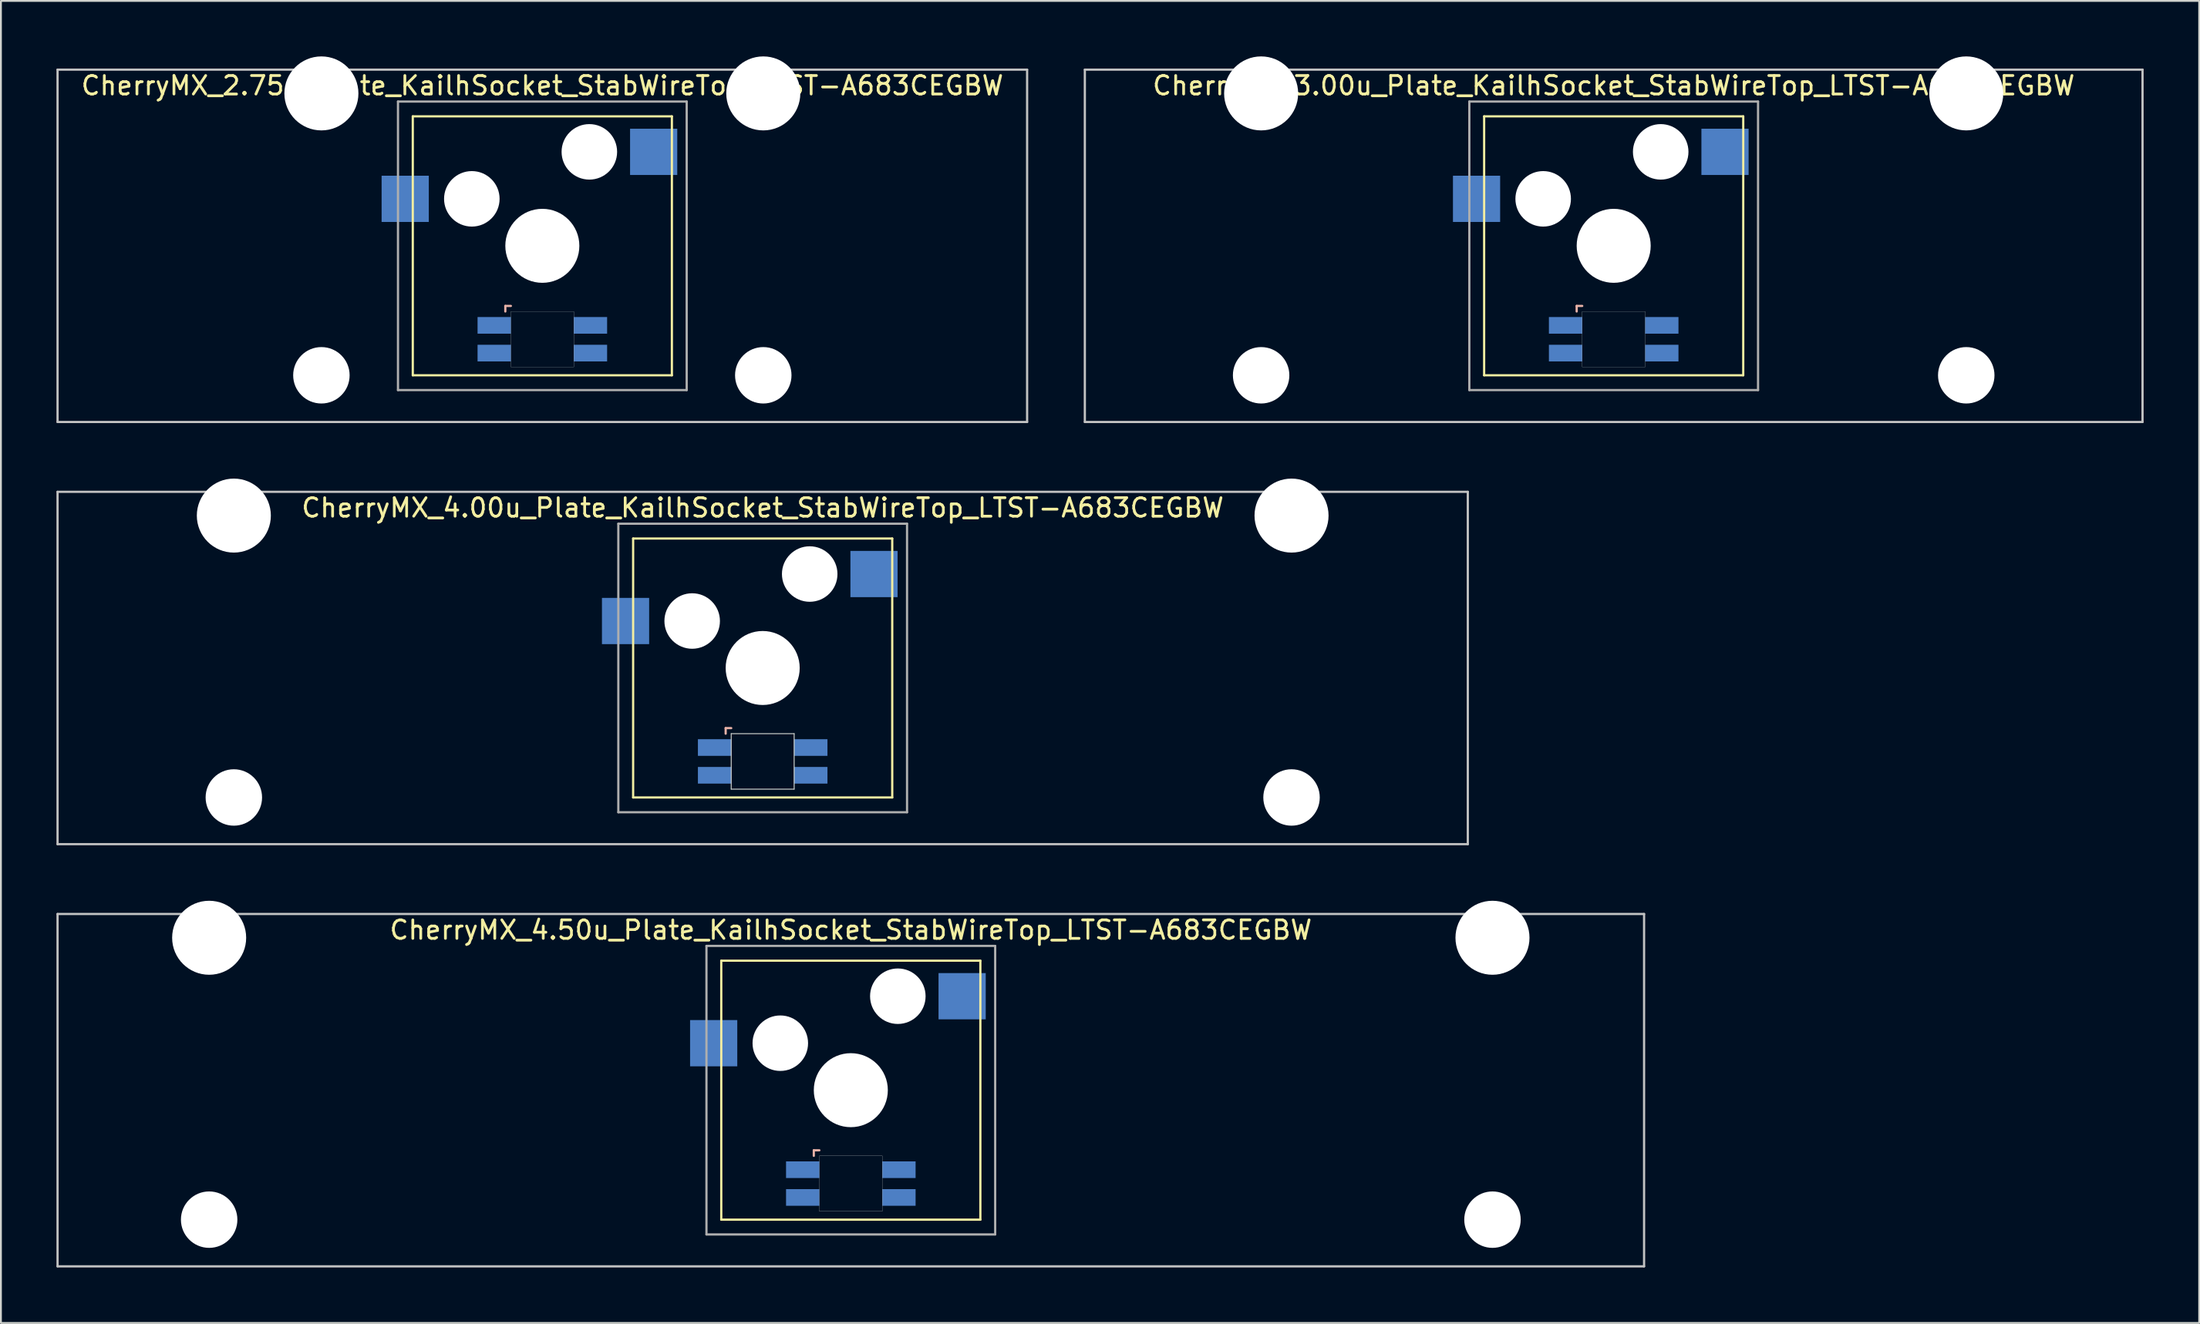
<source format=kicad_pcb>
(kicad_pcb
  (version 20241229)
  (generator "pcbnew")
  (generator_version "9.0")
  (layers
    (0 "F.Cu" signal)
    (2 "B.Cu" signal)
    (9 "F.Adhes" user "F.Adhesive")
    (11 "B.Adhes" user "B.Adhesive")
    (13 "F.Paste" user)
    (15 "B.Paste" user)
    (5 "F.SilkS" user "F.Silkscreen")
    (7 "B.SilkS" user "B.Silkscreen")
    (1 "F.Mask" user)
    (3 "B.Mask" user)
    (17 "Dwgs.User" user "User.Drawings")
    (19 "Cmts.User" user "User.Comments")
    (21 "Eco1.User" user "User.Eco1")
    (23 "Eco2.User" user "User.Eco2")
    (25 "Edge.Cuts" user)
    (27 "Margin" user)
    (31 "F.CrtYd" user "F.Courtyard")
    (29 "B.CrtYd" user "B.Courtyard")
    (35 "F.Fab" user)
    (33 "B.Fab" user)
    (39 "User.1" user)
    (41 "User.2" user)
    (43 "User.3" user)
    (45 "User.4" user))
  (footprint "CherryMX_3.00u_Plate_KailhSocket_StabWireTop_LTST-A683CEGBW"
    (layer "F.Cu")
    (at 84.142 10.24)
    (property "Reference" "CherryMX_3.00u_Plate_KailhSocket_StabWireTop_LTST-A683CEGBW" (at 0 -8.662 0) (layer "F.SilkS") (effects (font (size 1 1) (thickness 0.15))))
    (attr through_hole)
    (fp_line (start -7 -7) (end -7 7) (stroke (width 0.12) (type solid)) (layer "F.SilkS"))
    (fp_line (start -7 -7) (end 7 -7) (stroke (width 0.12) (type solid)) (layer "F.SilkS"))
    (fp_line (start 7 -7) (end 7 7) (stroke (width 0.12) (type solid)) (layer "F.SilkS"))
    (fp_line (start 7 7) (end -7 7) (stroke (width 0.12) (type solid)) (layer "F.SilkS"))
    (fp_line (start -2 3.25) (end -2 3.55) (stroke (width 0.12) (type solid)) (layer "B.SilkS"))
    (fp_line (start -1.7 3.25) (end -2 3.25) (stroke (width 0.12) (type solid)) (layer "B.SilkS"))
    (fp_line (start -28.575 -9.525) (end 28.575 -9.525) (stroke (width 0.12) (type solid)) (layer "Dwgs.User"))
    (fp_line (start -28.575 9.525) (end -28.575 -9.525) (stroke (width 0.12) (type solid)) (layer "Dwgs.User"))
    (fp_line (start 28.575 -9.525) (end 28.575 9.525) (stroke (width 0.12) (type solid)) (layer "Dwgs.User"))
    (fp_line (start 28.575 9.525) (end -28.575 9.525) (stroke (width 0.12) (type solid)) (layer "Dwgs.User"))
    (fp_poly (pts (xy 1.7 6.55) (xy -1.7 6.55) (xy -1.7 3.55) (xy 1.7 3.55)) (stroke (width 0.01) (type solid)) (fill no) (layer "Edge.Cuts"))
    (fp_line (start -7.8 -7.8) (end -7.8 7.8) (stroke (width 0.12) (type solid)) (layer "F.Fab"))
    (fp_line (start -7.8 -7.8) (end 7.8 -7.8) (stroke (width 0.12) (type solid)) (layer "F.Fab"))
    (fp_line (start -7.8 7.8) (end 7.8 7.8) (stroke (width 0.12) (type solid)) (layer "F.Fab"))
    (fp_line (start 7.8 -7.8) (end 7.8 7.8) (stroke (width 0.12) (type solid)) (layer "F.Fab"))
    (pad "" np_thru_hole circle (at -19.05 -8.24) (size 4 4) (drill 4) (layers "*.Cu" "*.Mask"))
    (pad "" np_thru_hole circle (at -19.05 7) (size 3.05 3.05) (drill 3.05) (layers "*.Cu" "*.Mask"))
    (pad "" np_thru_hole circle (at -3.81 -2.54) (size 3 3) (drill 3) (layers "*.Cu" "*.Mask"))
    (pad "" np_thru_hole circle (at 0 0) (size 4 4) (drill 4) (layers "*.Cu" "*.Mask"))
    (pad "" np_thru_hole circle (at 2.54 -5.08) (size 3 3) (drill 3) (layers "*.Cu" "*.Mask"))
    (pad "" np_thru_hole circle (at 19.05 -8.24) (size 4 4) (drill 4) (layers "*.Cu" "*.Mask"))
    (pad "" np_thru_hole circle (at 19.05 7) (size 3.05 3.05) (drill 3.05) (layers "*.Cu" "*.Mask"))
    (pad "1" smd rect (at -7.41 -2.54) (size 2.55 2.5) (layers "B.Cu" "B.Mask" "B.Paste"))
    (pad "2" smd rect (at 6.015 -5.08) (size 2.55 2.5) (layers "B.Cu" "B.Mask" "B.Paste"))
    (pad "3" smd rect (at -2.6 4.3) (size 1.8 0.9) (layers "B.Cu" "B.Mask" "B.Paste"))
    (pad "4" smd rect (at -2.6 5.8) (size 1.8 0.9) (layers "B.Cu" "B.Mask" "B.Paste"))
    (pad "5" smd rect (at 2.6 4.3) (size 1.8 0.9) (layers "B.Cu" "B.Mask" "B.Paste"))
    (pad "6" smd rect (at 2.6 5.8) (size 1.8 0.9) (layers "B.Cu" "B.Mask" "B.Paste")))
  (footprint "CherryMX_2.75u_Plate_KailhSocket_StabWireTop_LTST-A683CEGBW"
    (layer "F.Cu")
    (at 26.254 10.24)
    (property "Reference" "CherryMX_2.75u_Plate_KailhSocket_StabWireTop_LTST-A683CEGBW" (at 0 -8.662 0) (layer "F.SilkS") (effects (font (size 1 1) (thickness 0.15))))
    (attr through_hole)
    (fp_line (start -7 -7) (end -7 7) (stroke (width 0.12) (type solid)) (layer "F.SilkS"))
    (fp_line (start -7 -7) (end 7 -7) (stroke (width 0.12) (type solid)) (layer "F.SilkS"))
    (fp_line (start 7 -7) (end 7 7) (stroke (width 0.12) (type solid)) (layer "F.SilkS"))
    (fp_line (start 7 7) (end -7 7) (stroke (width 0.12) (type solid)) (layer "F.SilkS"))
    (fp_line (start -2 3.25) (end -2 3.55) (stroke (width 0.12) (type solid)) (layer "B.SilkS"))
    (fp_line (start -1.7 3.25) (end -2 3.25) (stroke (width 0.12) (type solid)) (layer "B.SilkS"))
    (fp_line (start -26.194 -9.525) (end 26.194 -9.525) (stroke (width 0.12) (type solid)) (layer "Dwgs.User"))
    (fp_line (start -26.194 9.525) (end -26.194 -9.525) (stroke (width 0.12) (type solid)) (layer "Dwgs.User"))
    (fp_line (start 26.194 -9.525) (end 26.194 9.525) (stroke (width 0.12) (type solid)) (layer "Dwgs.User"))
    (fp_line (start 26.194 9.525) (end -26.194 9.525) (stroke (width 0.12) (type solid)) (layer "Dwgs.User"))
    (fp_poly (pts (xy 1.7 6.55) (xy -1.7 6.55) (xy -1.7 3.55) (xy 1.7 3.55)) (stroke (width 0.01) (type solid)) (fill no) (layer "Edge.Cuts"))
    (fp_line (start -7.8 -7.8) (end -7.8 7.8) (stroke (width 0.12) (type solid)) (layer "F.Fab"))
    (fp_line (start -7.8 -7.8) (end 7.8 -7.8) (stroke (width 0.12) (type solid)) (layer "F.Fab"))
    (fp_line (start -7.8 7.8) (end 7.8 7.8) (stroke (width 0.12) (type solid)) (layer "F.Fab"))
    (fp_line (start 7.8 -7.8) (end 7.8 7.8) (stroke (width 0.12) (type solid)) (layer "F.Fab"))
    (pad "" np_thru_hole circle (at -11.938 -8.24) (size 4 4) (drill 4) (layers "*.Cu" "*.Mask"))
    (pad "" np_thru_hole circle (at -11.938 7) (size 3.05 3.05) (drill 3.05) (layers "*.Cu" "*.Mask"))
    (pad "" np_thru_hole circle (at -3.81 -2.54) (size 3 3) (drill 3) (layers "*.Cu" "*.Mask"))
    (pad "" np_thru_hole circle (at 0 0) (size 4 4) (drill 4) (layers "*.Cu" "*.Mask"))
    (pad "" np_thru_hole circle (at 2.54 -5.08) (size 3 3) (drill 3) (layers "*.Cu" "*.Mask"))
    (pad "" np_thru_hole circle (at 11.938 -8.24) (size 4 4) (drill 4) (layers "*.Cu" "*.Mask"))
    (pad "" np_thru_hole circle (at 11.938 7) (size 3.05 3.05) (drill 3.05) (layers "*.Cu" "*.Mask"))
    (pad "1" smd rect (at -7.41 -2.54) (size 2.55 2.5) (layers "B.Cu" "B.Mask" "B.Paste"))
    (pad "2" smd rect (at 6.015 -5.08) (size 2.55 2.5) (layers "B.Cu" "B.Mask" "B.Paste"))
    (pad "3" smd rect (at -2.6 4.3) (size 1.8 0.9) (layers "B.Cu" "B.Mask" "B.Paste"))
    (pad "4" smd rect (at -2.6 5.8) (size 1.8 0.9) (layers "B.Cu" "B.Mask" "B.Paste"))
    (pad "5" smd rect (at 2.6 4.3) (size 1.8 0.9) (layers "B.Cu" "B.Mask" "B.Paste"))
    (pad "6" smd rect (at 2.6 5.8) (size 1.8 0.9) (layers "B.Cu" "B.Mask" "B.Paste")))
  (footprint "CherryMX_4.00u_Plate_KailhSocket_StabWireTop_LTST-A683CEGBW"
    (layer "F.Cu")
    (at 38.16 33.065)
    (property "Reference" "CherryMX_4.00u_Plate_KailhSocket_StabWireTop_LTST-A683CEGBW" (at 0 -8.662 0) (layer "F.SilkS") (effects (font (size 1 1) (thickness 0.15))))
    (attr through_hole)
    (fp_line (start -7 -7) (end -7 7) (stroke (width 0.12) (type solid)) (layer "F.SilkS"))
    (fp_line (start -7 -7) (end 7 -7) (stroke (width 0.12) (type solid)) (layer "F.SilkS"))
    (fp_line (start 7 -7) (end 7 7) (stroke (width 0.12) (type solid)) (layer "F.SilkS"))
    (fp_line (start 7 7) (end -7 7) (stroke (width 0.12) (type solid)) (layer "F.SilkS"))
    (fp_line (start -2 3.25) (end -2 3.55) (stroke (width 0.12) (type solid)) (layer "B.SilkS"))
    (fp_line (start -1.7 3.25) (end -2 3.25) (stroke (width 0.12) (type solid)) (layer "B.SilkS"))
    (fp_line (start -38.1 -9.525) (end 38.1 -9.525) (stroke (width 0.12) (type solid)) (layer "Dwgs.User"))
    (fp_line (start -38.1 9.525) (end -38.1 -9.525) (stroke (width 0.12) (type solid)) (layer "Dwgs.User"))
    (fp_line (start 38.1 -9.525) (end 38.1 9.525) (stroke (width 0.12) (type solid)) (layer "Dwgs.User"))
    (fp_line (start 38.1 9.525) (end -38.1 9.525) (stroke (width 0.12) (type solid)) (layer "Dwgs.User"))
    (fp_line (start -1.7 3.55) (end 1.7 3.55) (stroke (width 0.05) (type solid)) (layer "Edge.Cuts"))
    (fp_line (start -1.7 6.55) (end -1.7 3.55) (stroke (width 0.05) (type solid)) (layer "Edge.Cuts"))
    (fp_line (start 1.7 3.55) (end 1.7 6.55) (stroke (width 0.05) (type solid)) (layer "Edge.Cuts"))
    (fp_line (start 1.7 6.55) (end -1.7 6.55) (stroke (width 0.05) (type solid)) (layer "Edge.Cuts"))
    (fp_line (start -7.8 -7.8) (end -7.8 7.8) (stroke (width 0.12) (type solid)) (layer "F.Fab"))
    (fp_line (start -7.8 -7.8) (end 7.8 -7.8) (stroke (width 0.12) (type solid)) (layer "F.Fab"))
    (fp_line (start -7.8 7.8) (end 7.8 7.8) (stroke (width 0.12) (type solid)) (layer "F.Fab"))
    (fp_line (start 7.8 -7.8) (end 7.8 7.8) (stroke (width 0.12) (type solid)) (layer "F.Fab"))
    (pad "" np_thru_hole circle (at -28.575 -8.24) (size 4 4) (drill 4) (layers "*.Cu" "*.Mask"))
    (pad "" np_thru_hole circle (at -28.575 7) (size 3.05 3.05) (drill 3.05) (layers "*.Cu" "*.Mask"))
    (pad "" np_thru_hole circle (at -3.81 -2.54) (size 3 3) (drill 3) (layers "*.Cu" "*.Mask"))
    (pad "" np_thru_hole circle (at 0 0) (size 4 4) (drill 4) (layers "*.Cu" "*.Mask"))
    (pad "" np_thru_hole circle (at 2.54 -5.08) (size 3 3) (drill 3) (layers "*.Cu" "*.Mask"))
    (pad "" np_thru_hole circle (at 28.575 -8.24) (size 4 4) (drill 4) (layers "*.Cu" "*.Mask"))
    (pad "" np_thru_hole circle (at 28.575 7) (size 3.05 3.05) (drill 3.05) (layers "*.Cu" "*.Mask"))
    (pad "1" smd rect (at -7.41 -2.54) (size 2.55 2.5) (layers "B.Cu" "B.Mask" "B.Paste"))
    (pad "2" smd rect (at 6.015 -5.08) (size 2.55 2.5) (layers "B.Cu" "B.Mask" "B.Paste"))
    (pad "3" smd rect (at -2.6 4.3) (size 1.8 0.9) (layers "B.Cu" "B.Mask" "B.Paste"))
    (pad "4" smd rect (at -2.6 5.8) (size 1.8 0.9) (layers "B.Cu" "B.Mask" "B.Paste"))
    (pad "5" smd rect (at 2.6 4.3) (size 1.8 0.9) (layers "B.Cu" "B.Mask" "B.Paste"))
    (pad "6" smd rect (at 2.6 5.8) (size 1.8 0.9) (layers "B.Cu" "B.Mask" "B.Paste")))
  (footprint "CherryMX_4.50u_Plate_KailhSocket_StabWireTop_LTST-A683CEGBW"
    (layer "F.Cu")
    (at 42.922 55.89)
    (property "Reference" "CherryMX_4.50u_Plate_KailhSocket_StabWireTop_LTST-A683CEGBW" (at 0 -8.662 0) (layer "F.SilkS") (effects (font (size 1 1) (thickness 0.15))))
    (attr through_hole)
    (fp_line (start -7 -7) (end -7 7) (stroke (width 0.12) (type solid)) (layer "F.SilkS"))
    (fp_line (start -7 -7) (end 7 -7) (stroke (width 0.12) (type solid)) (layer "F.SilkS"))
    (fp_line (start 7 -7) (end 7 7) (stroke (width 0.12) (type solid)) (layer "F.SilkS"))
    (fp_line (start 7 7) (end -7 7) (stroke (width 0.12) (type solid)) (layer "F.SilkS"))
    (fp_line (start -2 3.25) (end -2 3.55) (stroke (width 0.12) (type solid)) (layer "B.SilkS"))
    (fp_line (start -1.7 3.25) (end -2 3.25) (stroke (width 0.12) (type solid)) (layer "B.SilkS"))
    (fp_line (start -42.862 -9.525) (end 42.862 -9.525) (stroke (width 0.12) (type solid)) (layer "Dwgs.User"))
    (fp_line (start -42.862 9.525) (end -42.862 -9.525) (stroke (width 0.12) (type solid)) (layer "Dwgs.User"))
    (fp_line (start 42.862 -9.525) (end 42.862 9.525) (stroke (width 0.12) (type solid)) (layer "Dwgs.User"))
    (fp_line (start 42.862 9.525) (end -42.862 9.525) (stroke (width 0.12) (type solid)) (layer "Dwgs.User"))
    (fp_poly (pts (xy 1.7 6.55) (xy -1.7 6.55) (xy -1.7 3.55) (xy 1.7 3.55)) (stroke (width 0.01) (type solid)) (fill no) (layer "Edge.Cuts"))
    (fp_line (start -7.8 -7.8) (end -7.8 7.8) (stroke (width 0.12) (type solid)) (layer "F.Fab"))
    (fp_line (start -7.8 -7.8) (end 7.8 -7.8) (stroke (width 0.12) (type solid)) (layer "F.Fab"))
    (fp_line (start -7.8 7.8) (end 7.8 7.8) (stroke (width 0.12) (type solid)) (layer "F.Fab"))
    (fp_line (start 7.8 -7.8) (end 7.8 7.8) (stroke (width 0.12) (type solid)) (layer "F.Fab"))
    (pad "" np_thru_hole circle (at -34.671 -8.24) (size 4 4) (drill 4) (layers "*.Cu" "*.Mask"))
    (pad "" np_thru_hole circle (at -34.671 7) (size 3.05 3.05) (drill 3.05) (layers "*.Cu" "*.Mask"))
    (pad "" np_thru_hole circle (at -3.81 -2.54) (size 3 3) (drill 3) (layers "*.Cu" "*.Mask"))
    (pad "" np_thru_hole circle (at 0 0) (size 4 4) (drill 4) (layers "*.Cu" "*.Mask"))
    (pad "" np_thru_hole circle (at 2.54 -5.08) (size 3 3) (drill 3) (layers "*.Cu" "*.Mask"))
    (pad "" np_thru_hole circle (at 34.671 -8.24) (size 4 4) (drill 4) (layers "*.Cu" "*.Mask"))
    (pad "" np_thru_hole circle (at 34.671 7) (size 3.05 3.05) (drill 3.05) (layers "*.Cu" "*.Mask"))
    (pad "1" smd rect (at -7.41 -2.54) (size 2.55 2.5) (layers "B.Cu" "B.Mask" "B.Paste"))
    (pad "2" smd rect (at 6.015 -5.08) (size 2.55 2.5) (layers "B.Cu" "B.Mask" "B.Paste"))
    (pad "3" smd rect (at -2.6 4.3) (size 1.8 0.9) (layers "B.Cu" "B.Mask" "B.Paste"))
    (pad "4" smd rect (at -2.6 5.8) (size 1.8 0.9) (layers "B.Cu" "B.Mask" "B.Paste"))
    (pad "5" smd rect (at 2.6 4.3) (size 1.8 0.9) (layers "B.Cu" "B.Mask" "B.Paste"))
    (pad "6" smd rect (at 2.6 5.8) (size 1.8 0.9) (layers "B.Cu" "B.Mask" "B.Paste")))
  (gr_rect
    (start -3 -3)
    (end 115.778 68.475)
    (stroke (width 0.1) (type default))
    (fill no)
    (layer "Edge.Cuts")))
</source>
